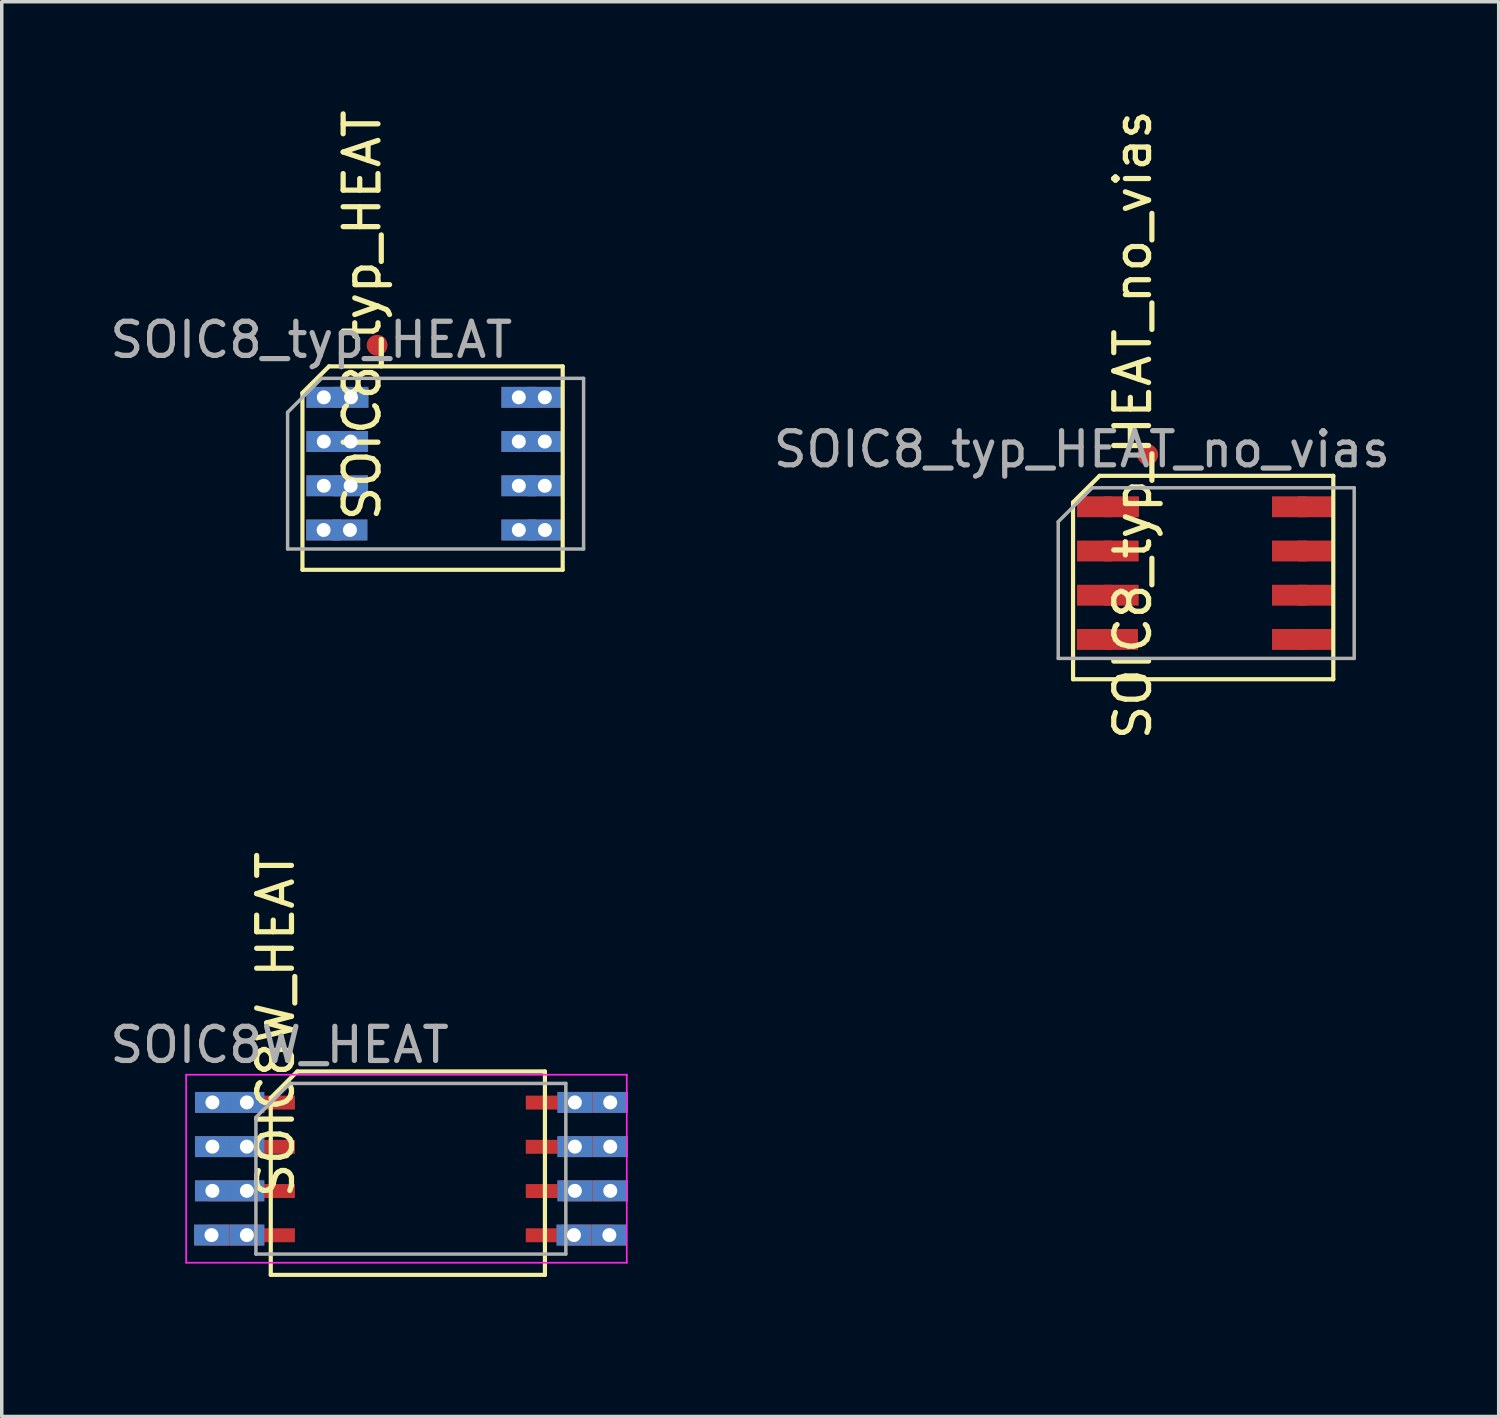
<source format=kicad_pcb>
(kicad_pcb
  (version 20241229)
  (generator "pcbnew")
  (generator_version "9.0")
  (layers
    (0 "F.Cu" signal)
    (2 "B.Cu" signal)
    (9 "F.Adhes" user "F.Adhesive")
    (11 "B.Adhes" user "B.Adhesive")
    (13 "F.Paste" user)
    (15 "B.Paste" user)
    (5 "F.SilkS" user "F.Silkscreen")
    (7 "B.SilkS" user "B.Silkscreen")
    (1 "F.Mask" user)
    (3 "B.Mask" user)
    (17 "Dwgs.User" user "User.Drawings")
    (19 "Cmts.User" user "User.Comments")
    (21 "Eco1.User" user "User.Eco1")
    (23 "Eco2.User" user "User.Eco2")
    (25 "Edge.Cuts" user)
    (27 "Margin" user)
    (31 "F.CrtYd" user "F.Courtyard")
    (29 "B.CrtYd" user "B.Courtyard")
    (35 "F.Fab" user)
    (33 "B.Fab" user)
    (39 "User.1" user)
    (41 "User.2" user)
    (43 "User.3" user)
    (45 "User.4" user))
  (footprint "SOIC8_typ_HEAT"
    (layer "F.Cu")
    (at 7.16 10.266)
    (property "Reference" "SOIC8_typ_HEAT" (at 0.19 -4.26 270) (layer "F.SilkS") (effects (font (size 1 1) (thickness 0.15))))
    (attr smd)
    (fp_circle (center 0.62 -3.4) (end 0.77 -3.4) (stroke (width 0.3) (type solid)) (fill no) (layer "F.Cu"))
    (fp_poly (pts (xy -3.89 -3.55) (xy 8.84 -3.57) (xy 8.84 4.05) (xy -3.89 4.07)) (stroke (width 0.1) (type solid)) (fill yes) (layer "F.Mask"))
    (fp_poly (pts (xy -3.89 -3.57) (xy 8.83 -3.57) (xy 8.83 4.05) (xy -3.89 4.05)) (stroke (width 0.1) (type solid)) (fill yes) (layer "B.Mask"))
    (fp_line (start -1.524 3.048) (end -1.524 -2.032) (stroke (width 0.12) (type solid)) (layer "F.SilkS"))
    (fp_line (start -0.762 -2.794) (end -1.524 -2.032) (stroke (width 0.12) (type solid)) (layer "F.SilkS"))
    (fp_line (start 5.95 -2.794) (end -0.762 -2.794) (stroke (width 0.12) (type solid)) (layer "F.SilkS"))
    (fp_line (start 5.95 3.048) (end -1.524 3.048) (stroke (width 0.12) (type solid)) (layer "F.SilkS"))
    (fp_line (start 5.95 3.048) (end 5.95 -2.794) (stroke (width 0.12) (type solid)) (layer "F.SilkS"))
    (fp_line (start -1.95 -1.475) (end -0.975 -2.45) (stroke (width 0.1) (type solid)) (layer "F.Fab"))
    (fp_line (start -1.95 2.45) (end -1.95 -1.475) (stroke (width 0.1) (type solid)) (layer "F.Fab"))
    (fp_line (start -0.975 -2.45) (end 6.55 -2.45) (stroke (width 0.1) (type solid)) (layer "F.Fab"))
    (fp_line (start 6.55 -2.45) (end 6.55 2.45) (stroke (width 0.1) (type solid)) (layer "F.Fab"))
    (fp_line (start 6.55 2.45) (end -1.95 2.45) (stroke (width 0.1) (type solid)) (layer "F.Fab"))
    (fp_text user "${REFERENCE}" (at -1.27 -3.556 0) (layer "F.Fab") (effects (font (size 0.98 0.98) (thickness 0.15))))
    (pad "1" thru_hole rect (at -0.91 -1.905 90) (size 0.6 1) (drill 0.4) (layers "*.Cu" "*.Mask"))
    (pad "1" thru_hole rect (at -0.13 -1.905 90) (size 0.6 1) (drill 0.4) (layers "*.Cu" "*.Mask"))
    (pad "2" thru_hole rect (at -0.91 -0.635 90) (size 0.6 1) (drill 0.4) (layers "*.Cu" "*.Mask"))
    (pad "2" thru_hole rect (at -0.14 -0.635 90) (size 0.6 1) (drill 0.4) (layers "*.Cu" "*.Mask"))
    (pad "3" thru_hole rect (at -0.91 0.635 90) (size 0.6 1) (drill 0.4) (layers "*.Cu" "*.Mask"))
    (pad "3" thru_hole rect (at -0.14 0.635 90) (size 0.6 1) (drill 0.4) (layers "*.Cu" "*.Mask"))
    (pad "4" thru_hole rect (at -0.916 1.905 90) (size 0.6 1) (drill 0.4) (layers "*.Cu" "*.Mask"))
    (pad "4" thru_hole rect (at -0.16 1.905 90) (size 0.6 1) (drill 0.4) (layers "*.Cu" "*.Mask"))
    (pad "5" thru_hole rect (at 4.69 1.905 90) (size 0.6 1) (drill 0.4) (layers "*.Cu" "*.Mask"))
    (pad "5" thru_hole rect (at 5.44 1.905 90) (size 0.6 1) (drill 0.4) (layers "*.Cu" "*.Mask"))
    (pad "6" thru_hole rect (at 4.69 0.635 90) (size 0.6 1) (drill 0.4) (layers "*.Cu" "*.Mask"))
    (pad "6" thru_hole rect (at 5.436 0.635 90) (size 0.6 1) (drill 0.4) (layers "*.Cu" "*.Mask"))
    (pad "7" thru_hole rect (at 4.69 -0.635 90) (size 0.6 1) (drill 0.4) (layers "*.Cu" "*.Mask"))
    (pad "7" thru_hole rect (at 5.436 -0.635 90) (size 0.6 1) (drill 0.4) (layers "*.Cu" "*.Mask"))
    (pad "8" thru_hole rect (at 4.69 -1.905 90) (size 0.6 1) (drill 0.4) (layers "*.Cu" "*.Mask"))
    (pad "8" thru_hole rect (at 5.436 -1.905 90) (size 0.6 1) (drill 0.4) (layers "*.Cu" "*.Mask")))
  (footprint "SOIC8_typ_HEAT_no_vias"
    (layer "F.Cu")
    (at 29.291 13.409)
    (property "Reference" "SOIC8_typ_HEAT_no_vias" (at 0.19 -4.26 270) (layer "F.SilkS") (effects (font (size 1 1) (thickness 0.15))))
    (attr smd)
    (fp_circle (center 0.62 -3.4) (end 0.77 -3.4) (stroke (width 0.3) (type solid)) (fill no) (layer "F.Cu"))
    (fp_line (start -1.524 3.048) (end -1.524 -2.032) (stroke (width 0.12) (type solid)) (layer "F.SilkS"))
    (fp_line (start -0.762 -2.794) (end -1.524 -2.032) (stroke (width 0.12) (type solid)) (layer "F.SilkS"))
    (fp_line (start 5.95 -2.794) (end -0.762 -2.794) (stroke (width 0.12) (type solid)) (layer "F.SilkS"))
    (fp_line (start 5.95 3.048) (end -1.524 3.048) (stroke (width 0.12) (type solid)) (layer "F.SilkS"))
    (fp_line (start 5.95 3.048) (end 5.95 -2.794) (stroke (width 0.12) (type solid)) (layer "F.SilkS"))
    (fp_line (start -1.95 -1.475) (end -0.975 -2.45) (stroke (width 0.1) (type solid)) (layer "F.Fab"))
    (fp_line (start -1.95 2.45) (end -1.95 -1.475) (stroke (width 0.1) (type solid)) (layer "F.Fab"))
    (fp_line (start -0.975 -2.45) (end 6.55 -2.45) (stroke (width 0.1) (type solid)) (layer "F.Fab"))
    (fp_line (start 6.55 -2.45) (end 6.55 2.45) (stroke (width 0.1) (type solid)) (layer "F.Fab"))
    (fp_line (start 6.55 2.45) (end -1.95 2.45) (stroke (width 0.1) (type solid)) (layer "F.Fab"))
    (fp_text user "${REFERENCE}" (at -1.27 -3.556 0) (layer "F.Fab") (effects (font (size 0.98 0.98) (thickness 0.15))))
    (pad "1" smd rect (at -0.91 -1.905 90) (size 0.6 1) (layers "F.Cu" "F.Mask" "F.Paste"))
    (pad "1" smd rect (at -0.13 -1.905 90) (size 0.6 1) (layers "F.Cu" "F.Mask" "F.Paste"))
    (pad "2" smd rect (at -0.91 -0.635 90) (size 0.6 1) (layers "F.Cu" "F.Mask" "F.Paste"))
    (pad "2" smd rect (at -0.14 -0.635 90) (size 0.6 1) (layers "F.Cu" "F.Mask" "F.Paste"))
    (pad "3" smd rect (at -0.91 0.635 90) (size 0.6 1) (layers "F.Cu" "F.Mask" "F.Paste"))
    (pad "3" smd rect (at -0.14 0.635 90) (size 0.6 1) (layers "F.Cu" "F.Mask" "F.Paste"))
    (pad "4" smd rect (at -0.916 1.905 90) (size 0.6 1) (layers "F.Cu" "F.Mask" "F.Paste"))
    (pad "4" smd rect (at -0.16 1.905 90) (size 0.6 1) (layers "F.Cu" "F.Mask" "F.Paste"))
    (pad "5" smd rect (at 4.69 1.905 90) (size 0.6 1) (layers "F.Cu" "F.Mask" "F.Paste"))
    (pad "5" smd rect (at 5.44 1.905 90) (size 0.6 1) (layers "F.Cu" "F.Mask" "F.Paste"))
    (pad "6" smd rect (at 4.69 0.635 90) (size 0.6 1) (layers "F.Cu" "F.Mask" "F.Paste"))
    (pad "6" smd rect (at 5.436 0.635 90) (size 0.6 1) (layers "F.Cu" "F.Mask" "F.Paste"))
    (pad "7" smd rect (at 4.69 -0.635 90) (size 0.6 1) (layers "F.Cu" "F.Mask" "F.Paste"))
    (pad "7" smd rect (at 5.436 -0.635 90) (size 0.6 1) (layers "F.Cu" "F.Mask" "F.Paste"))
    (pad "8" smd rect (at 4.69 -1.905 90) (size 0.6 1) (layers "F.Cu" "F.Mask" "F.Paste"))
    (pad "8" smd rect (at 5.436 -1.905 90) (size 0.6 1) (layers "F.Cu" "F.Mask" "F.Paste")))
  (footprint "SOIC8W_HEAT"
    (layer "F.Cu")
    (at 6.25 30.515)
    (property "Reference" "SOIC8W_HEAT" (at -1.384 -4.14 270) (layer "F.SilkS") (effects (font (size 1 1) (thickness 0.15))))
    (attr smd)
    (fp_poly (pts (xy 0.508 -3.556) (xy 4.572 -3.556) (xy 4.572 4.064) (xy 0.508 4.064)) (stroke (width 0.1) (type solid)) (fill yes) (layer "F.Mask"))
    (fp_line (start -1.524 3.048) (end -1.524 -2.032) (stroke (width 0.12) (type solid)) (layer "F.SilkS"))
    (fp_line (start -0.762 -2.794) (end -1.524 -2.032) (stroke (width 0.12) (type solid)) (layer "F.SilkS"))
    (fp_line (start 6.35 -2.794) (end -0.762 -2.794) (stroke (width 0.12) (type solid)) (layer "F.SilkS"))
    (fp_line (start 6.35 3.048) (end -1.524 3.048) (stroke (width 0.12) (type solid)) (layer "F.SilkS"))
    (fp_line (start 6.35 3.048) (end 6.35 -2.794) (stroke (width 0.12) (type solid)) (layer "F.SilkS"))
    (fp_line (start -3.954 -2.7) (end -3.954 2.7) (stroke (width 0.05) (type solid)) (layer "F.CrtYd"))
    (fp_line (start -3.954 2.7) (end 8.7 2.7) (stroke (width 0.05) (type solid)) (layer "F.CrtYd"))
    (fp_line (start 8.7 -2.7) (end -3.954 -2.7) (stroke (width 0.05) (type solid)) (layer "F.CrtYd"))
    (fp_line (start 8.7 2.7) (end 8.7 -2.7) (stroke (width 0.05) (type solid)) (layer "F.CrtYd"))
    (fp_line (start -1.95 -1.475) (end -0.975 -2.45) (stroke (width 0.1) (type solid)) (layer "F.Fab"))
    (fp_line (start -1.95 2.45) (end -1.95 -1.475) (stroke (width 0.1) (type solid)) (layer "F.Fab"))
    (fp_line (start -0.975 -2.45) (end 6.95 -2.45) (stroke (width 0.1) (type solid)) (layer "F.Fab"))
    (fp_line (start 6.95 -2.45) (end 6.95 2.45) (stroke (width 0.1) (type solid)) (layer "F.Fab"))
    (fp_line (start 6.95 2.45) (end -1.95 2.45) (stroke (width 0.1) (type solid)) (layer "F.Fab"))
    (fp_text user "${REFERENCE}" (at -1.27 -3.556 0) (layer "F.Fab") (effects (font (size 0.98 0.98) (thickness 0.15))))
    (pad "1" thru_hole rect (at -3.2 -1.905 90) (size 0.6 1) (drill 0.4) (layers "*.Cu" "*.Mask"))
    (pad "1" smd roundrect (at -2.575 -1.905) (size 1.75 0.6) (layers "F.Cu" "F.Mask" "F.Paste") (roundrect_rratio 0.25))
    (pad "1" thru_hole rect (at -2.21 -1.905 90) (size 0.6 1) (drill 0.4) (layers "*.Cu" "*.Mask"))
    (pad "1" smd rect (at -1.33 -1.9 90) (size 0.4 1) (layers "F.Cu" "F.Mask" "F.Paste"))
    (pad "2" thru_hole rect (at -3.2 -0.635 90) (size 0.6 1) (drill 0.4) (layers "*.Cu" "*.Mask"))
    (pad "2" smd roundrect (at -2.575 -0.635) (size 1.75 0.6) (layers "F.Cu" "F.Mask" "F.Paste") (roundrect_rratio 0.25))
    (pad "2" thru_hole rect (at -2.21 -0.635 90) (size 0.6 1) (drill 0.4) (layers "*.Cu" "*.Mask"))
    (pad "2" smd rect (at -1.33 -0.63 90) (size 0.4 1) (layers "F.Cu" "F.Mask" "F.Paste"))
    (pad "3" thru_hole rect (at -3.2 0.635 90) (size 0.6 1) (drill 0.4) (layers "*.Cu" "*.Mask"))
    (pad "3" smd roundrect (at -2.575 0.635) (size 1.75 0.6) (layers "F.Cu" "F.Mask" "F.Paste") (roundrect_rratio 0.25))
    (pad "3" thru_hole rect (at -2.21 0.635 90) (size 0.6 1) (drill 0.4) (layers "*.Cu" "*.Mask"))
    (pad "3" smd rect (at -1.33 0.64 90) (size 0.4 1) (layers "F.Cu" "F.Mask" "F.Paste"))
    (pad "4" thru_hole rect (at -3.226 1.905 90) (size 0.6 1) (drill 0.4) (layers "*.Cu" "*.Mask"))
    (pad "4" smd roundrect (at -2.575 1.905) (size 1.75 0.6) (layers "F.Cu" "F.Mask" "F.Paste") (roundrect_rratio 0.25))
    (pad "4" thru_hole rect (at -2.21 1.905 90) (size 0.6 1) (drill 0.4) (layers "*.Cu" "*.Mask"))
    (pad "4" smd rect (at -1.33 1.91 90) (size 0.4 1) (layers "F.Cu" "F.Mask" "F.Paste"))
    (pad "5" smd rect (at 6.3 1.91 90) (size 0.4 1) (layers "F.Cu" "F.Mask" "F.Paste"))
    (pad "5" thru_hole rect (at 7.184 1.905 90) (size 0.6 1) (drill 0.4) (layers "*.Cu" "*.Mask"))
    (pad "5" smd roundrect (at 7.575 1.905) (size 1.75 0.6) (layers "F.Cu" "F.Mask" "F.Paste") (roundrect_rratio 0.25))
    (pad "5" thru_hole rect (at 8.2 1.905 90) (size 0.6 1) (drill 0.4) (layers "*.Cu" "*.Mask"))
    (pad "6" smd rect (at 6.3 0.64 90) (size 0.4 1) (layers "F.Cu" "F.Mask" "F.Paste"))
    (pad "6" thru_hole rect (at 7.21 0.635 90) (size 0.6 1) (drill 0.4) (layers "*.Cu" "*.Mask"))
    (pad "6" smd roundrect (at 7.575 0.635) (size 1.75 0.6) (layers "F.Cu" "F.Mask" "F.Paste") (roundrect_rratio 0.25))
    (pad "6" thru_hole rect (at 8.226 0.635 90) (size 0.6 1) (drill 0.4) (layers "*.Cu" "*.Mask"))
    (pad "7" smd rect (at 6.3 -0.63 90) (size 0.4 1) (layers "F.Cu" "F.Mask" "F.Paste"))
    (pad "7" thru_hole rect (at 7.21 -0.635 90) (size 0.6 1) (drill 0.4) (layers "*.Cu" "*.Mask"))
    (pad "7" smd roundrect (at 7.575 -0.635) (size 1.75 0.6) (layers "F.Cu" "F.Mask" "F.Paste") (roundrect_rratio 0.25))
    (pad "7" thru_hole rect (at 8.226 -0.635 90) (size 0.6 1) (drill 0.4) (layers "*.Cu" "*.Mask"))
    (pad "8" smd rect (at 6.3 -1.9 90) (size 0.4 1) (layers "F.Cu" "F.Mask" "F.Paste"))
    (pad "8" thru_hole rect (at 7.21 -1.905 90) (size 0.6 1) (drill 0.4) (layers "*.Cu" "*.Mask"))
    (pad "8" smd roundrect (at 7.575 -1.905) (size 1.75 0.6) (layers "F.Cu" "F.Mask" "F.Paste") (roundrect_rratio 0.25))
    (pad "8" thru_hole rect (at 8.226 -1.905 90) (size 0.6 1) (drill 0.4) (layers "*.Cu" "*.Mask")))
  (gr_rect
    (start -3 -3)
    (end 39.991 37.629)
    (stroke (width 0.1) (type default))
    (fill no)
    (layer "Edge.Cuts")))
</source>
